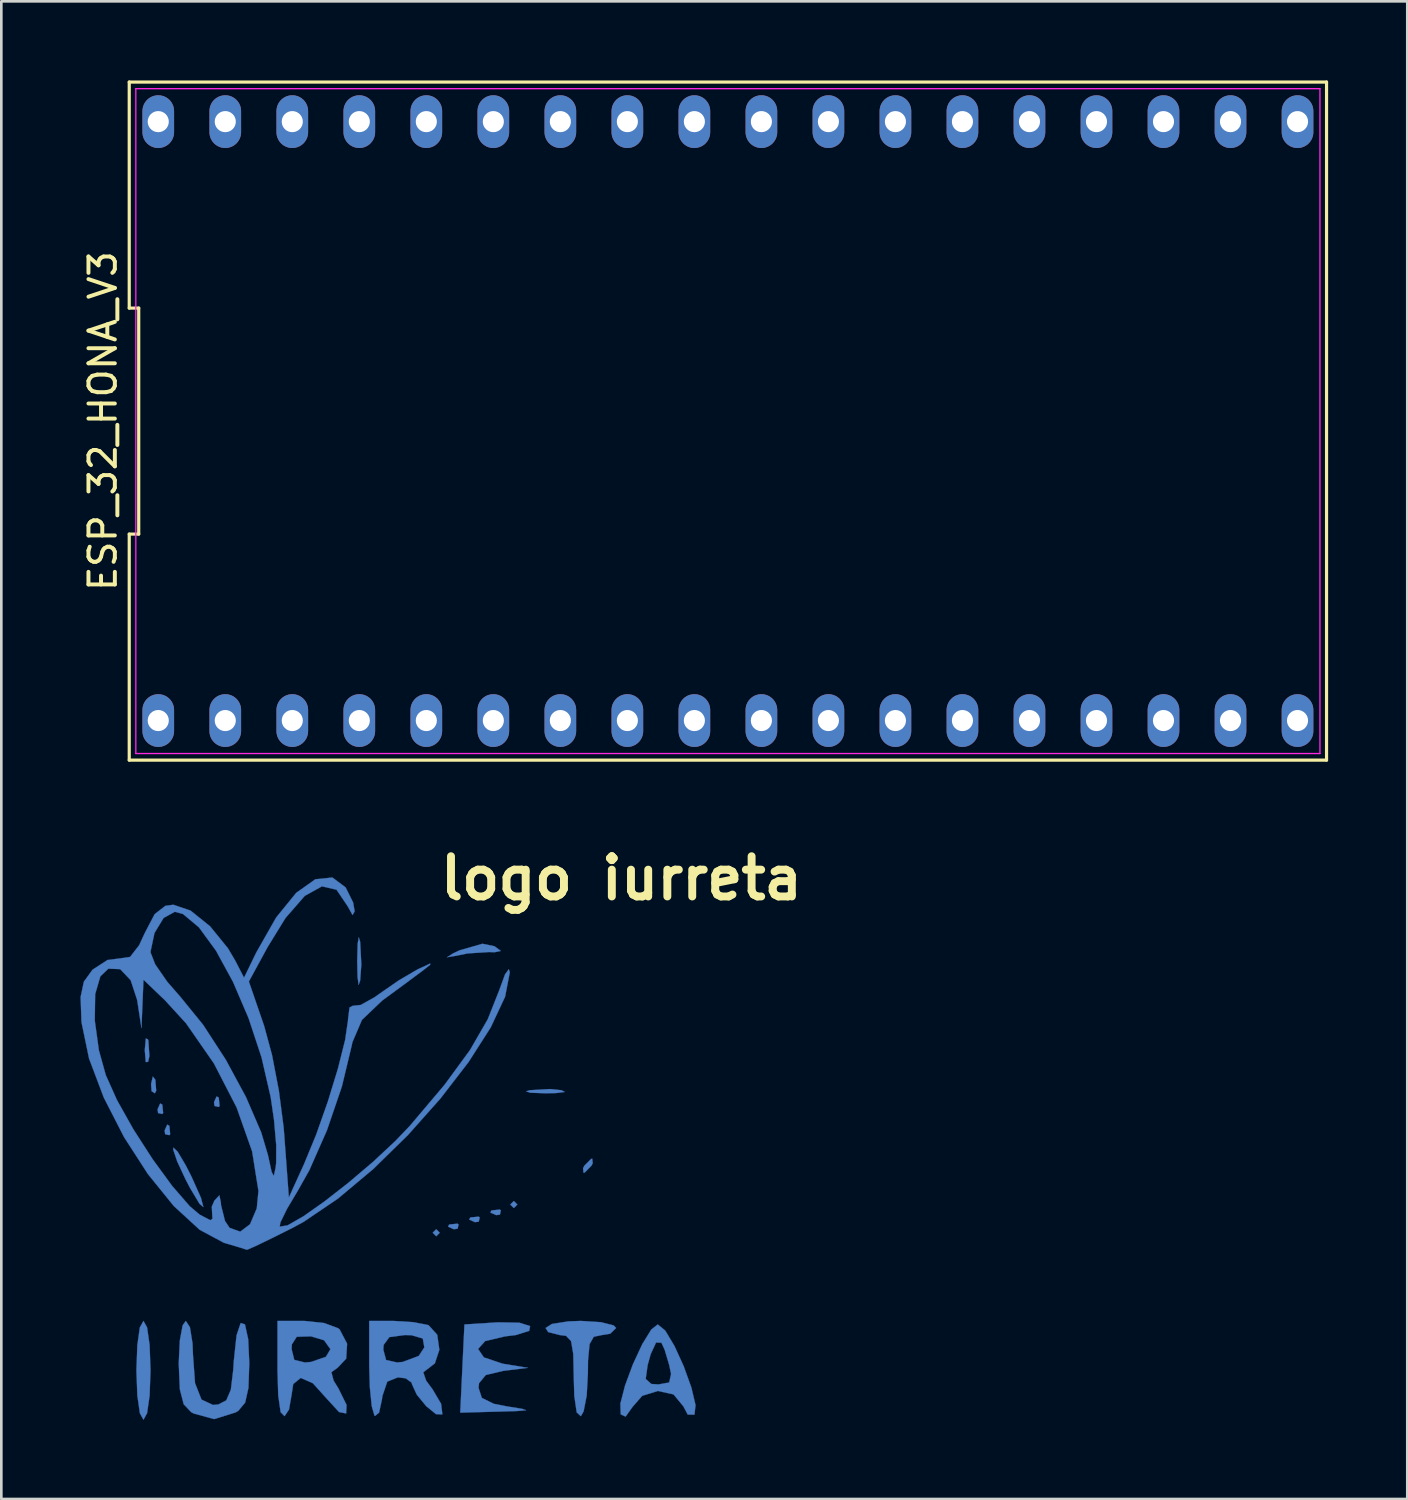
<source format=kicad_pcb>
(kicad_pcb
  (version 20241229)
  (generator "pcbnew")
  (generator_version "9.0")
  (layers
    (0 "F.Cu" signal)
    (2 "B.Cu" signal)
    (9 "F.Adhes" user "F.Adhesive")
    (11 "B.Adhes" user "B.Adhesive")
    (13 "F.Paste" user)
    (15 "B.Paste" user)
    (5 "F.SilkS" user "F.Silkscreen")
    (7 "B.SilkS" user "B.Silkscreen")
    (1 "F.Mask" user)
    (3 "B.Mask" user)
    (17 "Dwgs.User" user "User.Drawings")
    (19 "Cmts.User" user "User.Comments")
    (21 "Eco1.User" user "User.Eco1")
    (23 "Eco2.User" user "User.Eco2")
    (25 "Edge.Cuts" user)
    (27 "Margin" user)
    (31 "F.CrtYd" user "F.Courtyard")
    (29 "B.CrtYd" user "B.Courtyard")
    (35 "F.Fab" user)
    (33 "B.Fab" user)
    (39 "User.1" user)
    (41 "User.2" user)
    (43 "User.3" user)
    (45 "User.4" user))
  (footprint "logo iurreta"
    (layer "F.Cu")
    (at 14.152 41.668)
    (property "Reference" "logo iurreta" (at 6.35 -11.43 0) (layer "F.SilkS") (effects (font (size 1.524 1.524) (thickness 0.3))))
    (attr through_hole)
    (fp_poly (pts (xy -0.535 2.005) (xy -0.668 2.139) (xy -0.802 2.005) (xy -0.668 1.872) (xy -0.535 2.005)) (stroke (width 0.01) (type solid)) (fill yes) (layer "B.Cu"))
    (fp_poly (pts (xy 2.406 0.936) (xy 2.273 1.069) (xy 2.139 0.936) (xy 2.273 0.802) (xy 2.406 0.936)) (stroke (width 0.01) (type solid)) (fill yes) (layer "B.Cu"))
    (fp_poly (pts (xy -11.314 -3.793) (xy -11.282 -3.375) (xy -11.335 -3.281) (xy -11.457 -3.361) (xy -11.476 -3.632) (xy -11.41 -3.917) (xy -11.314 -3.793)) (stroke (width 0.01) (type solid)) (fill yes) (layer "B.Cu"))
    (fp_poly (pts (xy -11.051 -2.852) (xy -11.019 -2.535) (xy -11.051 -2.495) (xy -11.21 -2.532) (xy -11.229 -2.674) (xy -11.132 -2.894) (xy -11.051 -2.852)) (stroke (width 0.01) (type solid)) (fill yes) (layer "B.Cu"))
    (fp_poly (pts (xy -10.784 -2.05) (xy -10.752 -1.733) (xy -10.784 -1.693) (xy -10.943 -1.73) (xy -10.962 -1.872) (xy -10.864 -2.092) (xy -10.784 -2.05)) (stroke (width 0.01) (type solid)) (fill yes) (layer "B.Cu"))
    (fp_poly (pts (xy -8.912 -3.119) (xy -8.88 -2.802) (xy -8.912 -2.763) (xy -9.071 -2.8) (xy -9.091 -2.941) (xy -8.993 -3.161) (xy -8.912 -3.119)) (stroke (width 0.01) (type solid)) (fill yes) (layer "B.Cu"))
    (fp_poly (pts (xy 0.178 1.693) (xy 0.142 1.852) (xy 0 1.872) (xy -0.22 1.774) (xy -0.178 1.693) (xy 0.139 1.661) (xy 0.178 1.693)) (stroke (width 0.01) (type solid)) (fill yes) (layer "B.Cu"))
    (fp_poly (pts (xy 0.98 1.426) (xy 0.944 1.585) (xy 0.802 1.604) (xy 0.582 1.506) (xy 0.624 1.426) (xy 0.941 1.394) (xy 0.98 1.426)) (stroke (width 0.01) (type solid)) (fill yes) (layer "B.Cu"))
    (fp_poly (pts (xy 1.782 1.159) (xy 1.746 1.318) (xy 1.604 1.337) (xy 1.384 1.239) (xy 1.426 1.159) (xy 1.743 1.127) (xy 1.782 1.159)) (stroke (width 0.01) (type solid)) (fill yes) (layer "B.Cu"))
    (fp_poly (pts (xy -11.592 -5.321) (xy -11.579 -5.275) (xy -11.54 -4.693) (xy -11.589 -4.473) (xy -11.677 -4.464) (xy -11.712 -4.883) (xy -11.712 -4.946) (xy -11.674 -5.361) (xy -11.592 -5.321)) (stroke (width 0.01) (type solid)) (fill yes) (layer "B.Cu"))
    (fp_poly (pts (xy -3.552 -9.024) (xy -3.507 -8.16) (xy -3.552 -7.553) (xy -3.61 -7.387) (xy -3.65 -7.691) (xy -3.663 -8.288) (xy -3.646 -8.948) (xy -3.603 -9.196) (xy -3.552 -9.024)) (stroke (width 0.01) (type solid)) (fill yes) (layer "B.Cu"))
    (fp_poly (pts (xy 4.077 -3.397) (xy 4.204 -3.331) (xy 3.868 -3.289) (xy 3.476 -3.281) (xy 2.898 -3.302) (xy 2.739 -3.355) (xy 2.874 -3.397) (xy 3.653 -3.441) (xy 4.077 -3.397)) (stroke (width 0.01) (type solid)) (fill yes) (layer "B.Cu"))
    (fp_poly (pts (xy 5.263 -0.629) (xy 5.214 -0.535) (xy 4.962 -0.279) (xy 4.915 -0.267) (xy 4.897 -0.44) (xy 4.946 -0.535) (xy 5.198 -0.79) (xy 5.245 -0.802) (xy 5.263 -0.629)) (stroke (width 0.01) (type solid)) (fill yes) (layer "B.Cu"))
    (fp_poly (pts (xy 1.54 -8.854) (xy 1.779 -8.676) (xy 1.548 -8.628) (xy 1.326 -8.634) (xy 0.526 -8.582) (xy 0 -8.478) (xy -0.26 -8.436) (xy -0.037 -8.579) (xy 0.213 -8.698) (xy 1.083 -8.948) (xy 1.54 -8.854)) (stroke (width 0.01) (type solid)) (fill yes) (layer "B.Cu"))
    (fp_poly (pts (xy -10.468 -1.066) (xy -10.164 -0.554) (xy -9.947 -0.128) (xy -9.586 0.681) (xy -9.493 1.03) (xy -9.64 0.908) (xy -10.001 0.304) (xy -10.173 -0.026) (xy -10.485 -0.696) (xy -10.634 -1.139) (xy -10.63 -1.223) (xy -10.468 -1.066)) (stroke (width 0.01) (type solid)) (fill yes) (layer "B.Cu"))
    (fp_poly (pts (xy -11.627 5.595) (xy -11.532 6.257) (xy -11.497 7.217) (xy -11.497 7.219) (xy -11.532 8.179) (xy -11.627 8.842) (xy -11.764 9.091) (xy -11.764 9.091) (xy -11.901 8.843) (xy -11.996 8.18) (xy -12.032 7.221) (xy -12.032 7.219) (xy -11.996 6.259) (xy -11.902 5.595) (xy -11.764 5.347) (xy -11.764 5.347) (xy -11.627 5.595)) (stroke (width 0.01) (type solid)) (fill yes) (layer "B.Cu"))
    (fp_poly (pts (xy 5.575 5.395) (xy 6.059 5.518) (xy 6.149 5.615) (xy 5.926 5.832) (xy 5.615 5.882) (xy 5.304 5.947) (xy 5.144 6.225) (xy 5.085 6.845) (xy 5.08 7.337) (xy 5.035 8.174) (xy 4.918 8.775) (xy 4.813 8.957) (xy 4.656 8.815) (xy 4.565 8.196) (xy 4.545 7.502) (xy 4.526 6.601) (xy 4.442 6.112) (xy 4.252 5.913) (xy 4.011 5.882) (xy 3.576 5.77) (xy 3.476 5.615) (xy 3.716 5.462) (xy 4.331 5.365) (xy 4.813 5.347) (xy 5.575 5.395)) (stroke (width 0.01) (type solid)) (fill yes) (layer "B.Cu"))
    (fp_poly (pts (xy 2.484 5.415) (xy 2.89 5.544) (xy 2.856 5.722) (xy 2.348 5.883) (xy 1.938 5.933) (xy 1.187 6.11) (xy 0.918 6.409) (xy 1.137 6.73) (xy 1.851 6.969) (xy 1.872 6.972) (xy 2.807 7.126) (xy 1.872 7.239) (xy 1.211 7.396) (xy 0.954 7.707) (xy 0.936 7.887) (xy 1.06 8.265) (xy 1.515 8.489) (xy 2.005 8.585) (xy 2.591 8.679) (xy 2.736 8.732) (xy 2.406 8.762) (xy 1.658 8.785) (xy 0.242 8.823) (xy 0.321 7.152) (xy 0.401 5.481) (xy 1.671 5.4) (xy 2.484 5.415)) (stroke (width 0.01) (type solid)) (fill yes) (layer "B.Cu"))
    (fp_poly (pts (xy -10.003 5.587) (xy -9.905 6.197) (xy -9.889 6.617) (xy -9.81 7.706) (xy -9.565 8.328) (xy -9.13 8.532) (xy -8.925 8.513) (xy -8.626 8.358) (xy -8.453 7.955) (xy -8.359 7.178) (xy -8.342 6.882) (xy -8.236 5.894) (xy -8.08 5.427) (xy -7.918 5.478) (xy -7.795 6.041) (xy -7.754 6.942) (xy -7.786 7.888) (xy -7.911 8.443) (xy -8.166 8.75) (xy -8.271 8.814) (xy -9.086 9.068) (xy -9.864 8.855) (xy -9.959 8.802) (xy -10.24 8.504) (xy -10.385 7.94) (xy -10.427 6.98) (xy -10.427 6.938) (xy -10.386 6.089) (xy -10.28 5.514) (xy -10.16 5.347) (xy -10.003 5.587)) (stroke (width 0.01) (type solid)) (fill yes) (layer "B.Cu"))
    (fp_poly (pts (xy 8.011 5.712) (xy 8.362 6.298) (xy 8.715 7.073) (xy 9.003 7.874) (xy 9.16 8.539) (xy 9.119 8.901) (xy 8.863 8.896) (xy 8.698 8.583) (xy 8.325 8.132) (xy 7.735 8.001) (xy 7.137 8.186) (xy 6.772 8.606) (xy 6.509 8.973) (xy 6.324 8.889) (xy 6.311 8.484) (xy 6.488 7.796) (xy 6.581 7.546) (xy 7.271 7.546) (xy 7.484 7.736) (xy 7.754 7.754) (xy 8.161 7.681) (xy 8.233 7.359) (xy 8.162 7.019) (xy 7.992 6.447) (xy 7.866 6.172) (xy 7.663 6.166) (xy 7.459 6.61) (xy 7.345 7.019) (xy 7.271 7.546) (xy 6.581 7.546) (xy 6.787 6.989) (xy 7.142 6.226) (xy 7.485 5.67) (xy 7.728 5.481) (xy 8.011 5.712)) (stroke (width 0.01) (type solid)) (fill yes) (layer "B.Cu"))
    (fp_poly (pts (xy -4.92 5.427) (xy -4.386 5.624) (xy -4.331 5.668) (xy -4.046 6.21) (xy -4.081 6.776) (xy -4.402 7.118) (xy -4.642 7.289) (xy -4.558 7.609) (xy -4.376 7.904) (xy -4.067 8.53) (xy -4.082 8.854) (xy -4.351 8.801) (xy -4.78 8.335) (xy -5.344 7.709) (xy -5.804 7.507) (xy -6.089 7.74) (xy -6.149 8.139) (xy -6.248 8.705) (xy -6.417 8.957) (xy -6.566 8.807) (xy -6.657 8.17) (xy -6.684 7.235) (xy -6.684 6.417) (xy -6.149 6.417) (xy -6.049 6.824) (xy -5.648 6.922) (xy -5.414 6.902) (xy -4.849 6.707) (xy -4.679 6.417) (xy -4.918 6.081) (xy -5.414 5.931) (xy -5.954 5.947) (xy -6.14 6.237) (xy -6.149 6.417) (xy -6.684 6.417) (xy -6.684 5.347) (xy -5.668 5.347) (xy -4.92 5.427)) (stroke (width 0.01) (type solid)) (fill yes) (layer "B.Cu"))
    (fp_poly (pts (xy -1.538 5.394) (xy -0.97 5.505) (xy -0.958 5.51) (xy -0.63 5.872) (xy -0.55 6.441) (xy -0.72 6.954) (xy -0.933 7.121) (xy -1.159 7.293) (xy -1.051 7.61) (xy -0.803 7.946) (xy -0.484 8.488) (xy -0.436 8.879) (xy -0.443 8.891) (xy -0.678 8.88) (xy -1.049 8.577) (xy -1.405 8.142) (xy -1.594 7.732) (xy -1.598 7.687) (xy -1.827 7.522) (xy -2.122 7.486) (xy -2.524 7.647) (xy -2.711 8.202) (xy -2.724 8.314) (xy -2.834 8.822) (xy -2.992 8.951) (xy -3.008 8.938) (xy -3.112 8.582) (xy -3.185 7.857) (xy -3.208 7.041) (xy -3.208 6.435) (xy -2.674 6.435) (xy -2.568 6.829) (xy -2.153 6.921) (xy -1.941 6.902) (xy -1.331 6.674) (xy -1.119 6.35) (xy -1.178 6.013) (xy -1.606 5.889) (xy -1.852 5.882) (xy -2.445 5.96) (xy -2.661 6.256) (xy -2.674 6.435) (xy -3.208 6.435) (xy -3.208 5.347) (xy -2.294 5.347) (xy -1.538 5.394)) (stroke (width 0.01) (type solid)) (fill yes) (layer "B.Cu"))
    (fp_poly (pts (xy -4.103 -11.084) (xy -3.818 -10.511) (xy -3.76 -10.176) (xy -3.841 -10.037) (xy -4.021 -10.366) (xy -4.447 -10.996) (xy -4.998 -11.125) (xy -5.651 -10.763) (xy -6.382 -9.924) (xy -7.058 -8.825) (xy -7.77 -7.518) (xy -7.19 -5.831) (xy -6.893 -4.738) (xy -6.631 -3.373) (xy -6.453 -1.996) (xy -6.432 -1.738) (xy -6.254 0.668) (xy -5.681 -0.591) (xy -5.218 -1.714) (xy -4.773 -2.976) (xy -4.392 -4.222) (xy -4.122 -5.298) (xy -4.011 -6.048) (xy -4.011 -6.089) (xy -3.954 -6.532) (xy -3.834 -6.596) (xy -3.531 -6.628) (xy -2.998 -6.925) (xy -2.831 -7.045) (xy -2.091 -7.557) (xy -1.392 -7.967) (xy -1.337 -7.994) (xy -0.895 -8.199) (xy -0.901 -8.148) (xy -1.203 -7.913) (xy -1.758 -7.5) (xy -2.49 -6.961) (xy -2.717 -6.795) (xy -3.484 -6.063) (xy -3.847 -5.213) (xy -3.866 -5.113) (xy -4.244 -3.539) (xy -4.81 -1.879) (xy -5.477 -0.368) (xy -5.905 0.394) (xy -6.326 1.103) (xy -6.573 1.61) (xy -6.603 1.774) (xy -6.302 1.725) (xy -5.705 1.383) (xy -4.905 0.82) (xy -3.996 0.11) (xy -3.071 -0.675) (xy -2.226 -1.463) (xy -1.665 -2.05) (xy -0.349 -3.607) (xy 0.613 -4.921) (xy 1.283 -6.083) (xy 1.721 -7.188) (xy 1.726 -7.202) (xy 1.94 -7.789) (xy 2.084 -7.984) (xy 2.12 -7.863) (xy 1.941 -6.939) (xy 1.398 -5.78) (xy 0.559 -4.468) (xy -0.509 -3.082) (xy -1.736 -1.703) (xy -3.055 -0.411) (xy -4.398 0.714) (xy -5.695 1.592) (xy -6.106 1.815) (xy -6.942 2.233) (xy -7.561 2.531) (xy -7.839 2.65) (xy -7.844 2.65) (xy -8.101 2.567) (xy -8.668 2.399) (xy -8.717 2.385) (xy -9.633 1.894) (xy -10.615 0.992) (xy -11.593 -0.215) (xy -12.5 -1.62) (xy -13.268 -3.117) (xy -13.827 -4.598) (xy -14.11 -5.959) (xy -14.115 -6.024) (xy -14.116 -6.042) (xy -13.61 -6.042) (xy -13.454 -4.91) (xy -13.194 -3.974) (xy -12.77 -3.026) (xy -12.148 -1.918) (xy -11.421 -0.788) (xy -10.678 0.229) (xy -10.013 0.997) (xy -9.637 1.317) (xy -9.232 1.529) (xy -9.143 1.472) (xy -9.151 1.458) (xy -9.175 1.016) (xy -9.077 0.789) (xy -8.887 0.586) (xy -8.829 0.869) (xy -8.827 0.949) (xy -8.674 1.561) (xy -8.5 1.82) (xy -8.097 1.964) (xy -7.725 1.682) (xy -7.47 1.082) (xy -7.406 0.422) (xy -7.646 -1.08) (xy -8.234 -2.744) (xy -9.095 -4.414) (xy -10.149 -5.932) (xy -10.944 -6.801) (xy -11.764 -7.586) (xy -11.802 -6.667) (xy -11.84 -5.748) (xy -12.003 -6.815) (xy -12.25 -7.568) (xy -12.648 -7.986) (xy -13.095 -8.004) (xy -13.399 -7.713) (xy -13.595 -7.037) (xy -13.61 -6.042) (xy -14.116 -6.042) (xy -14.147 -6.932) (xy -14.023 -7.511) (xy -13.703 -7.954) (xy -13.686 -7.971) (xy -13.126 -8.333) (xy -12.653 -8.393) (xy -12.271 -8.45) (xy -12.138 -8.621) (xy -11.497 -8.621) (xy -11.32 -8.168) (xy -10.863 -7.507) (xy -10.361 -6.931) (xy -9.506 -5.88) (xy -8.646 -4.556) (xy -7.878 -3.135) (xy -7.3 -1.795) (xy -7.046 -0.936) (xy -6.906 -0.298) (xy -6.824 -0.148) (xy -6.759 -0.448) (xy -6.735 -0.637) (xy -6.732 -1.309) (xy -6.817 -2.275) (xy -6.943 -3.14) (xy -7.29 -4.645) (xy -7.782 -6.131) (xy -8.372 -7.507) (xy -9.014 -8.683) (xy -9.662 -9.57) (xy -10.267 -10.076) (xy -10.579 -10.16) (xy -11.002 -9.926) (xy -11.347 -9.357) (xy -11.497 -8.649) (xy -11.497 -8.621) (xy -12.138 -8.621) (xy -11.927 -8.894) (xy -11.717 -9.349) (xy -11.34 -10.071) (xy -10.933 -10.385) (xy -10.631 -10.427) (xy -9.977 -10.203) (xy -9.242 -9.612) (xy -8.562 -8.776) (xy -8.287 -8.309) (xy -7.953 -7.662) (xy -7.486 -8.621) (xy -6.736 -9.942) (xy -5.977 -10.876) (xy -5.251 -11.392) (xy -4.603 -11.459) (xy -4.103 -11.084)) (stroke (width 0.01) (type solid)) (fill yes) (layer "B.Cu")))
  (footprint "ESP_32_HONA_V3"
    (layer "F.Cu")
    (at 24.538 12.91)
    (property "Reference" "ESP_32_HONA_V3" (at -23.69 0 90) (layer "F.SilkS") (effects (font (size 1 1) (thickness 0.15))))
    (attr through_hole)
    (fp_line (start -22.69 -12.85) (end -22.69 -4.283) (stroke (width 0.12) (type solid)) (layer "F.SilkS"))
    (fp_line (start -22.69 -4.283) (end -22.33 -4.283) (stroke (width 0.12) (type solid)) (layer "F.SilkS"))
    (fp_line (start -22.69 4.283) (end -22.69 12.85) (stroke (width 0.12) (type solid)) (layer "F.SilkS"))
    (fp_line (start -22.69 12.85) (end 22.69 12.85) (stroke (width 0.12) (type solid)) (layer "F.SilkS"))
    (fp_line (start -22.33 -4.283) (end -22.33 4.283) (stroke (width 0.12) (type solid)) (layer "F.SilkS"))
    (fp_line (start -22.33 4.283) (end -22.69 4.283) (stroke (width 0.12) (type solid)) (layer "F.SilkS"))
    (fp_line (start 22.69 -12.85) (end -22.69 -12.85) (stroke (width 0.12) (type solid)) (layer "F.SilkS"))
    (fp_line (start 22.69 12.85) (end 22.69 -12.85) (stroke (width 0.12) (type solid)) (layer "F.SilkS"))
    (fp_line (start -22.44 -12.6) (end 22.44 -12.6) (stroke (width 0.05) (type solid)) (layer "F.CrtYd"))
    (fp_line (start -22.44 12.6) (end -22.44 -12.6) (stroke (width 0.05) (type solid)) (layer "F.CrtYd"))
    (fp_line (start 22.44 -12.6) (end 22.44 12.6) (stroke (width 0.05) (type solid)) (layer "F.CrtYd"))
    (fp_line (start 22.44 12.6) (end -22.44 12.6) (stroke (width 0.05) (type solid)) (layer "F.CrtYd"))
    (pad "1" thru_hole oval (at -21.59 11.35) (size 1.2 2) (drill 0.8) (layers "*.Cu" "*.Mask"))
    (pad "2" thru_hole oval (at -19.05 11.35) (size 1.2 2) (drill 0.8) (layers "*.Cu" "*.Mask"))
    (pad "3" thru_hole oval (at -16.51 11.35) (size 1.2 2) (drill 0.8) (layers "*.Cu" "*.Mask"))
    (pad "4" thru_hole oval (at -13.97 11.35) (size 1.2 2) (drill 0.8) (layers "*.Cu" "*.Mask"))
    (pad "5" thru_hole oval (at -11.43 11.35) (size 1.2 2) (drill 0.8) (layers "*.Cu" "*.Mask"))
    (pad "6" thru_hole oval (at -8.89 11.35) (size 1.2 2) (drill 0.8) (layers "*.Cu" "*.Mask"))
    (pad "7" thru_hole oval (at -6.35 11.35) (size 1.2 2) (drill 0.8) (layers "*.Cu" "*.Mask"))
    (pad "8" thru_hole oval (at -3.81 11.35) (size 1.2 2) (drill 0.8) (layers "*.Cu" "*.Mask"))
    (pad "9" thru_hole oval (at -1.27 11.35) (size 1.2 2) (drill 0.8) (layers "*.Cu" "*.Mask"))
    (pad "10" thru_hole oval (at 1.27 11.35) (size 1.2 2) (drill 0.8) (layers "*.Cu" "*.Mask"))
    (pad "11" thru_hole oval (at 3.81 11.35) (size 1.2 2) (drill 0.8) (layers "*.Cu" "*.Mask"))
    (pad "12" thru_hole oval (at 6.35 11.35) (size 1.2 2) (drill 0.8) (layers "*.Cu" "*.Mask"))
    (pad "13" thru_hole oval (at 8.89 11.35) (size 1.2 2) (drill 0.8) (layers "*.Cu" "*.Mask"))
    (pad "14" thru_hole oval (at 11.43 11.35) (size 1.2 2) (drill 0.8) (layers "*.Cu" "*.Mask"))
    (pad "15" thru_hole oval (at 13.97 11.35) (size 1.2 2) (drill 0.8) (layers "*.Cu" "*.Mask"))
    (pad "16" thru_hole oval (at 16.51 11.35) (size 1.2 2) (drill 0.8) (layers "*.Cu" "*.Mask"))
    (pad "17" thru_hole oval (at 19.05 11.35) (size 1.2 2) (drill 0.8) (layers "*.Cu" "*.Mask"))
    (pad "18" thru_hole oval (at 21.59 11.35) (size 1.2 2) (drill 0.8) (layers "*.Cu" "*.Mask"))
    (pad "19" thru_hole oval (at 21.59 -11.35) (size 1.2 2) (drill 0.8) (layers "*.Cu" "*.Mask"))
    (pad "20" thru_hole oval (at 19.05 -11.35) (size 1.2 2) (drill 0.8) (layers "*.Cu" "*.Mask"))
    (pad "21" thru_hole oval (at 16.51 -11.35) (size 1.2 2) (drill 0.8) (layers "*.Cu" "*.Mask"))
    (pad "22" thru_hole oval (at 13.97 -11.35) (size 1.2 2) (drill 0.8) (layers "*.Cu" "*.Mask"))
    (pad "23" thru_hole oval (at 11.43 -11.35) (size 1.2 2) (drill 0.8) (layers "*.Cu" "*.Mask"))
    (pad "24" thru_hole oval (at 8.89 -11.35) (size 1.2 2) (drill 0.8) (layers "*.Cu" "*.Mask"))
    (pad "25" thru_hole oval (at 6.35 -11.35) (size 1.2 2) (drill 0.8) (layers "*.Cu" "*.Mask"))
    (pad "26" thru_hole oval (at 3.81 -11.35) (size 1.2 2) (drill 0.8) (layers "*.Cu" "*.Mask"))
    (pad "27" thru_hole oval (at 1.27 -11.35) (size 1.2 2) (drill 0.8) (layers "*.Cu" "*.Mask"))
    (pad "28" thru_hole oval (at -1.27 -11.35) (size 1.2 2) (drill 0.8) (layers "*.Cu" "*.Mask"))
    (pad "29" thru_hole oval (at -3.81 -11.35) (size 1.2 2) (drill 0.8) (layers "*.Cu" "*.Mask"))
    (pad "30" thru_hole oval (at -6.35 -11.35) (size 1.2 2) (drill 0.8) (layers "*.Cu" "*.Mask"))
    (pad "31" thru_hole oval (at -8.89 -11.35) (size 1.2 2) (drill 0.8) (layers "*.Cu" "*.Mask"))
    (pad "32" thru_hole oval (at -11.43 -11.35) (size 1.2 2) (drill 0.8) (layers "*.Cu" "*.Mask"))
    (pad "33" thru_hole oval (at -13.97 -11.35) (size 1.2 2) (drill 0.8) (layers "*.Cu" "*.Mask"))
    (pad "34" thru_hole oval (at -16.51 -11.35) (size 1.2 2) (drill 0.8) (layers "*.Cu" "*.Mask"))
    (pad "35" thru_hole oval (at -19.05 -11.35) (size 1.2 2) (drill 0.8) (layers "*.Cu" "*.Mask"))
    (pad "36" thru_hole oval (at -21.59 -11.35) (size 1.2 2) (drill 0.8) (layers "*.Cu" "*.Mask")))
  (gr_rect
    (start -3 -3)
    (end 50.288 53.764)
    (stroke (width 0.1) (type default))
    (fill no)
    (layer "Edge.Cuts")))
</source>
